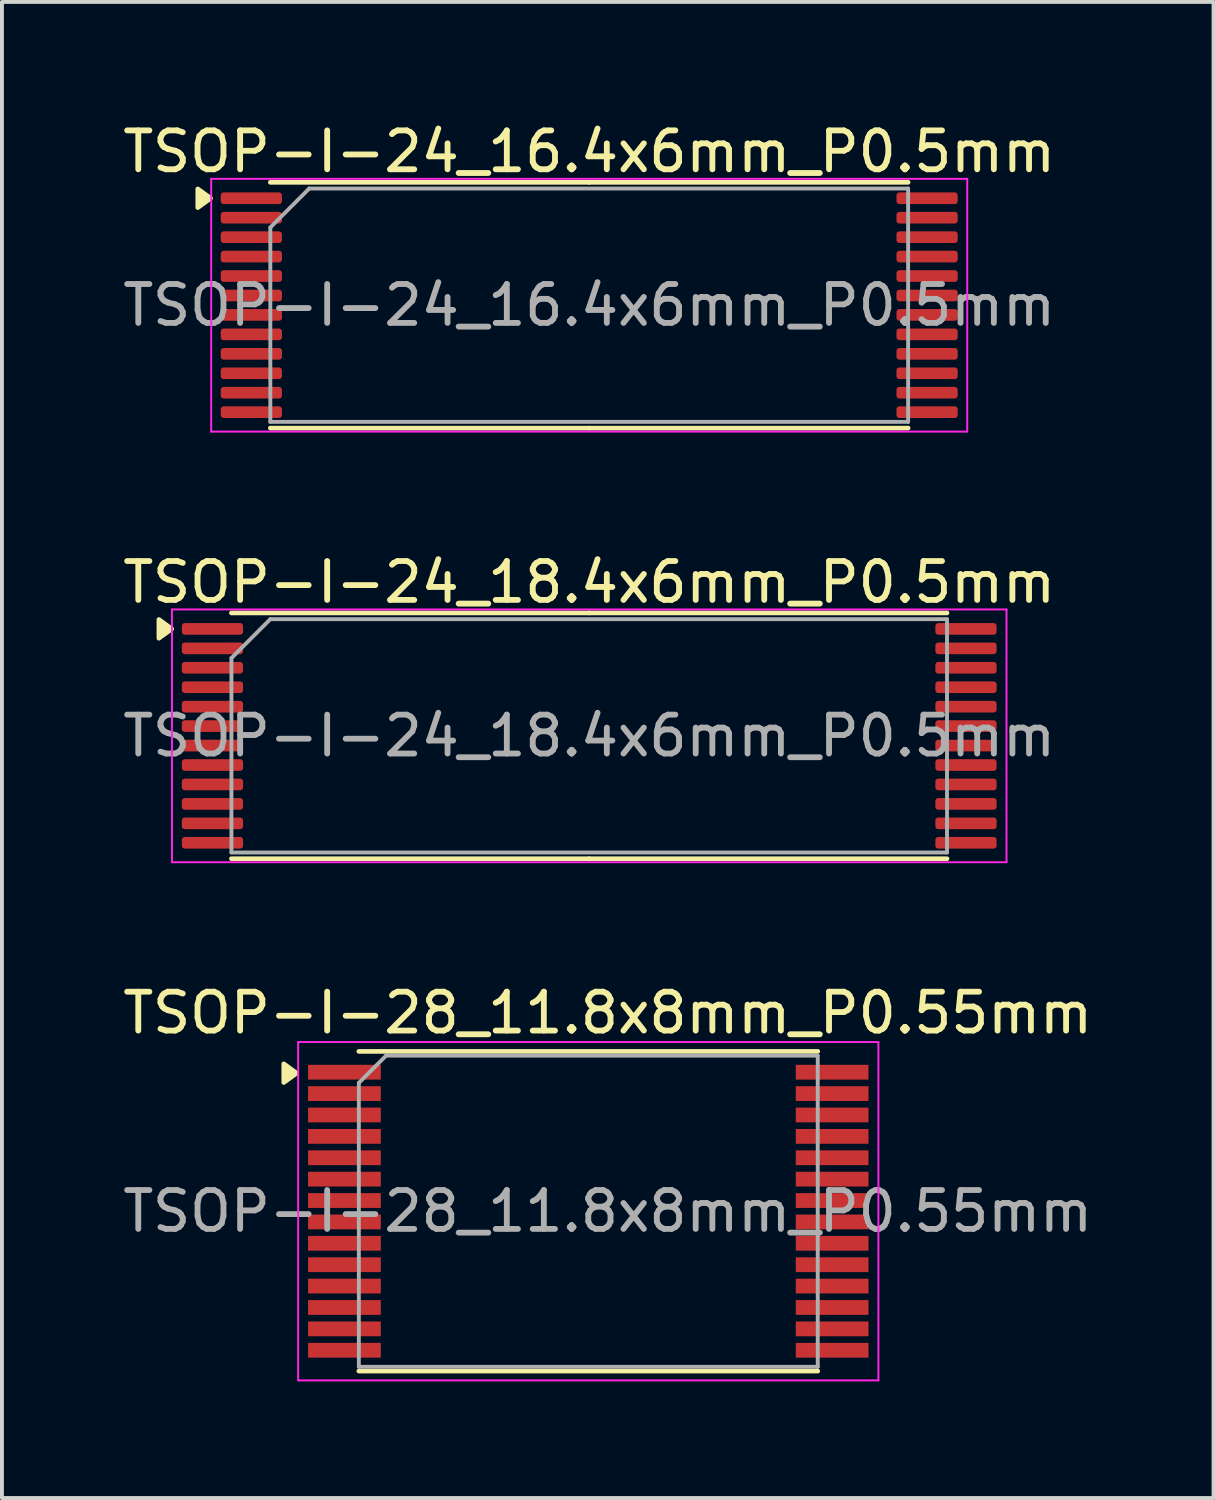
<source format=kicad_pcb>
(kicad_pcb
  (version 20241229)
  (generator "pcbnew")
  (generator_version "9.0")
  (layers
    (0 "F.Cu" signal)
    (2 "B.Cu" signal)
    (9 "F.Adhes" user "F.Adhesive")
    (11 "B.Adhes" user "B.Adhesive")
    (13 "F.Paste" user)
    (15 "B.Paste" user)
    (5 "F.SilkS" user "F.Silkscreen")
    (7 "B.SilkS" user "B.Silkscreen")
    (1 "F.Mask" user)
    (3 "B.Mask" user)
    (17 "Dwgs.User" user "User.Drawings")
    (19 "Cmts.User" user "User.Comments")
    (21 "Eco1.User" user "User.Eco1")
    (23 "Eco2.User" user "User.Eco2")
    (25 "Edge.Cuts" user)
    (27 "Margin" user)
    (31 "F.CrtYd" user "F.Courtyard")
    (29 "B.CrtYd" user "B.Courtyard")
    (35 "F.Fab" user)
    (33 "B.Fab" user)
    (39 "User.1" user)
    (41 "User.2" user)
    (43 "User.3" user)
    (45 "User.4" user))
  (footprint "TSOP-I-24_16.4x6mm_P0.5mm"
    (layer "F.Cu")
    (at 12.101 4.798)
    (property "Reference" "TSOP-I-24_16.4x6mm_P0.5mm" (at 0 -3.95 0) (layer "F.SilkS") (effects (font (size 1 1) (thickness 0.15))))
    (attr smd)
    (fp_line (start 0 -3.16) (end -8.2 -3.16) (stroke (width 0.12) (type solid)) (layer "F.SilkS"))
    (fp_line (start 0 -3.16) (end 8.2 -3.16) (stroke (width 0.12) (type solid)) (layer "F.SilkS"))
    (fp_line (start 0 3.16) (end -8.2 3.16) (stroke (width 0.12) (type solid)) (layer "F.SilkS"))
    (fp_line (start 0 3.16) (end 8.2 3.16) (stroke (width 0.12) (type solid)) (layer "F.SilkS"))
    (fp_poly (pts (xy -9.735 -2.75) (xy -10.065 -2.99) (xy -10.065 -2.51) (xy -9.735 -2.75)) (stroke (width 0.12) (type solid)) (fill yes) (layer "F.SilkS"))
    (fp_line (start -9.72 -3.25) (end -9.72 3.25) (stroke (width 0.05) (type solid)) (layer "F.CrtYd"))
    (fp_line (start -9.72 3.25) (end 9.72 3.25) (stroke (width 0.05) (type solid)) (layer "F.CrtYd"))
    (fp_line (start 9.72 -3.25) (end -9.72 -3.25) (stroke (width 0.05) (type solid)) (layer "F.CrtYd"))
    (fp_line (start 9.72 3.25) (end 9.72 -3.25) (stroke (width 0.05) (type solid)) (layer "F.CrtYd"))
    (fp_line (start -8.2 -2) (end -7.2 -3) (stroke (width 0.1) (type solid)) (layer "F.Fab"))
    (fp_line (start -8.2 3) (end -8.2 -2) (stroke (width 0.1) (type solid)) (layer "F.Fab"))
    (fp_line (start -7.2 -3) (end 8.2 -3) (stroke (width 0.1) (type solid)) (layer "F.Fab"))
    (fp_line (start 8.2 -3) (end 8.2 3) (stroke (width 0.1) (type solid)) (layer "F.Fab"))
    (fp_line (start 8.2 3) (end -8.2 3) (stroke (width 0.1) (type solid)) (layer "F.Fab"))
    (fp_text user "${REFERENCE}" (at 0 0 0) (layer "F.Fab") (effects (font (size 1 1) (thickness 0.15))))
    (pad "1" smd roundrect (at -8.688 -2.75) (size 1.575 0.3) (layers "F.Cu" "F.Mask" "F.Paste") (roundrect_rratio 0.25))
    (pad "2" smd roundrect (at -8.688 -2.25) (size 1.575 0.3) (layers "F.Cu" "F.Mask" "F.Paste") (roundrect_rratio 0.25))
    (pad "3" smd roundrect (at -8.688 -1.75) (size 1.575 0.3) (layers "F.Cu" "F.Mask" "F.Paste") (roundrect_rratio 0.25))
    (pad "4" smd roundrect (at -8.688 -1.25) (size 1.575 0.3) (layers "F.Cu" "F.Mask" "F.Paste") (roundrect_rratio 0.25))
    (pad "5" smd roundrect (at -8.688 -0.75) (size 1.575 0.3) (layers "F.Cu" "F.Mask" "F.Paste") (roundrect_rratio 0.25))
    (pad "6" smd roundrect (at -8.688 -0.25) (size 1.575 0.3) (layers "F.Cu" "F.Mask" "F.Paste") (roundrect_rratio 0.25))
    (pad "7" smd roundrect (at -8.688 0.25) (size 1.575 0.3) (layers "F.Cu" "F.Mask" "F.Paste") (roundrect_rratio 0.25))
    (pad "8" smd roundrect (at -8.688 0.75) (size 1.575 0.3) (layers "F.Cu" "F.Mask" "F.Paste") (roundrect_rratio 0.25))
    (pad "9" smd roundrect (at -8.688 1.25) (size 1.575 0.3) (layers "F.Cu" "F.Mask" "F.Paste") (roundrect_rratio 0.25))
    (pad "10" smd roundrect (at -8.688 1.75) (size 1.575 0.3) (layers "F.Cu" "F.Mask" "F.Paste") (roundrect_rratio 0.25))
    (pad "11" smd roundrect (at -8.688 2.25) (size 1.575 0.3) (layers "F.Cu" "F.Mask" "F.Paste") (roundrect_rratio 0.25))
    (pad "12" smd roundrect (at -8.688 2.75) (size 1.575 0.3) (layers "F.Cu" "F.Mask" "F.Paste") (roundrect_rratio 0.25))
    (pad "13" smd roundrect (at 8.688 2.75) (size 1.575 0.3) (layers "F.Cu" "F.Mask" "F.Paste") (roundrect_rratio 0.25))
    (pad "14" smd roundrect (at 8.688 2.25) (size 1.575 0.3) (layers "F.Cu" "F.Mask" "F.Paste") (roundrect_rratio 0.25))
    (pad "15" smd roundrect (at 8.688 1.75) (size 1.575 0.3) (layers "F.Cu" "F.Mask" "F.Paste") (roundrect_rratio 0.25))
    (pad "16" smd roundrect (at 8.688 1.25) (size 1.575 0.3) (layers "F.Cu" "F.Mask" "F.Paste") (roundrect_rratio 0.25))
    (pad "17" smd roundrect (at 8.688 0.75) (size 1.575 0.3) (layers "F.Cu" "F.Mask" "F.Paste") (roundrect_rratio 0.25))
    (pad "18" smd roundrect (at 8.688 0.25) (size 1.575 0.3) (layers "F.Cu" "F.Mask" "F.Paste") (roundrect_rratio 0.25))
    (pad "19" smd roundrect (at 8.688 -0.25) (size 1.575 0.3) (layers "F.Cu" "F.Mask" "F.Paste") (roundrect_rratio 0.25))
    (pad "20" smd roundrect (at 8.688 -0.75) (size 1.575 0.3) (layers "F.Cu" "F.Mask" "F.Paste") (roundrect_rratio 0.25))
    (pad "21" smd roundrect (at 8.688 -1.25) (size 1.575 0.3) (layers "F.Cu" "F.Mask" "F.Paste") (roundrect_rratio 0.25))
    (pad "22" smd roundrect (at 8.688 -1.75) (size 1.575 0.3) (layers "F.Cu" "F.Mask" "F.Paste") (roundrect_rratio 0.25))
    (pad "23" smd roundrect (at 8.688 -2.25) (size 1.575 0.3) (layers "F.Cu" "F.Mask" "F.Paste") (roundrect_rratio 0.25))
    (pad "24" smd roundrect (at 8.688 -2.75) (size 1.575 0.3) (layers "F.Cu" "F.Mask" "F.Paste") (roundrect_rratio 0.25)))
  (footprint "TSOP-I-28_11.8x8mm_P0.55mm"
    (layer "F.Cu")
    (at 12.077 28.095)
    (property "Reference" "TSOP-I-28_11.8x8mm_P0.55mm" (at 0.5 -5.1 0) (layer "F.SilkS") (effects (font (size 1 1) (thickness 0.15))))
    (attr smd)
    (fp_line (start -5.9 -4.11) (end 5.9 -4.11) (stroke (width 0.12) (type solid)) (layer "F.SilkS"))
    (fp_line (start -5.9 4.11) (end 5.9 4.11) (stroke (width 0.12) (type solid)) (layer "F.SilkS"))
    (fp_poly (pts (xy -7.5 -3.55) (xy -7.83 -3.79) (xy -7.83 -3.31) (xy -7.5 -3.55)) (stroke (width 0.12) (type solid)) (fill yes) (layer "F.SilkS"))
    (fp_line (start -7.46 -4.35) (end -7.46 4.35) (stroke (width 0.05) (type solid)) (layer "F.CrtYd"))
    (fp_line (start -7.46 -4.35) (end 7.46 -4.35) (stroke (width 0.05) (type solid)) (layer "F.CrtYd"))
    (fp_line (start 7.46 4.35) (end -7.46 4.35) (stroke (width 0.05) (type solid)) (layer "F.CrtYd"))
    (fp_line (start 7.46 4.35) (end 7.46 -4.35) (stroke (width 0.05) (type solid)) (layer "F.CrtYd"))
    (fp_line (start -5.9 -3.3) (end -5.9 4) (stroke (width 0.1) (type solid)) (layer "F.Fab"))
    (fp_line (start -5.9 -3.3) (end -5.2 -4) (stroke (width 0.1) (type solid)) (layer "F.Fab"))
    (fp_line (start 5.9 -4) (end -5.2 -4) (stroke (width 0.1) (type solid)) (layer "F.Fab"))
    (fp_line (start 5.9 -4) (end 5.9 4) (stroke (width 0.1) (type solid)) (layer "F.Fab"))
    (fp_line (start 5.9 4) (end -5.9 4) (stroke (width 0.1) (type solid)) (layer "F.Fab"))
    (fp_text user "${REFERENCE}" (at 0.5 0 0) (layer "F.Fab") (effects (font (size 1 1) (thickness 0.15))))
    (pad "1" smd rect (at -6.27 -3.575) (size 1.87 0.38) (layers "F.Cu" "F.Mask" "F.Paste"))
    (pad "2" smd rect (at -6.27 -3.025) (size 1.87 0.38) (layers "F.Cu" "F.Mask" "F.Paste"))
    (pad "3" smd rect (at -6.27 -2.475) (size 1.87 0.38) (layers "F.Cu" "F.Mask" "F.Paste"))
    (pad "4" smd rect (at -6.27 -1.925) (size 1.87 0.38) (layers "F.Cu" "F.Mask" "F.Paste"))
    (pad "5" smd rect (at -6.27 -1.375) (size 1.87 0.38) (layers "F.Cu" "F.Mask" "F.Paste"))
    (pad "6" smd rect (at -6.27 -0.825) (size 1.87 0.38) (layers "F.Cu" "F.Mask" "F.Paste"))
    (pad "7" smd rect (at -6.27 -0.275) (size 1.87 0.38) (layers "F.Cu" "F.Mask" "F.Paste"))
    (pad "8" smd rect (at -6.27 0.275) (size 1.87 0.38) (layers "F.Cu" "F.Mask" "F.Paste"))
    (pad "9" smd rect (at -6.27 0.825) (size 1.87 0.38) (layers "F.Cu" "F.Mask" "F.Paste"))
    (pad "10" smd rect (at -6.27 1.375) (size 1.87 0.38) (layers "F.Cu" "F.Mask" "F.Paste"))
    (pad "11" smd rect (at -6.27 1.925) (size 1.87 0.38) (layers "F.Cu" "F.Mask" "F.Paste"))
    (pad "12" smd rect (at -6.27 2.475) (size 1.87 0.38) (layers "F.Cu" "F.Mask" "F.Paste"))
    (pad "13" smd rect (at -6.27 3.025) (size 1.87 0.38) (layers "F.Cu" "F.Mask" "F.Paste"))
    (pad "14" smd rect (at -6.27 3.575) (size 1.87 0.38) (layers "F.Cu" "F.Mask" "F.Paste"))
    (pad "15" smd rect (at 6.27 3.575) (size 1.87 0.38) (layers "F.Cu" "F.Mask" "F.Paste"))
    (pad "16" smd rect (at 6.27 3.025) (size 1.87 0.38) (layers "F.Cu" "F.Mask" "F.Paste"))
    (pad "17" smd rect (at 6.27 2.475) (size 1.87 0.38) (layers "F.Cu" "F.Mask" "F.Paste"))
    (pad "18" smd rect (at 6.27 1.925) (size 1.87 0.38) (layers "F.Cu" "F.Mask" "F.Paste"))
    (pad "19" smd rect (at 6.27 1.375) (size 1.87 0.38) (layers "F.Cu" "F.Mask" "F.Paste"))
    (pad "20" smd rect (at 6.27 0.825) (size 1.87 0.38) (layers "F.Cu" "F.Mask" "F.Paste"))
    (pad "21" smd rect (at 6.27 0.275) (size 1.87 0.38) (layers "F.Cu" "F.Mask" "F.Paste"))
    (pad "22" smd rect (at 6.27 -0.275) (size 1.87 0.38) (layers "F.Cu" "F.Mask" "F.Paste"))
    (pad "23" smd rect (at 6.27 -0.825) (size 1.87 0.38) (layers "F.Cu" "F.Mask" "F.Paste"))
    (pad "24" smd rect (at 6.27 -1.375) (size 1.87 0.38) (layers "F.Cu" "F.Mask" "F.Paste"))
    (pad "25" smd rect (at 6.27 -1.925) (size 1.87 0.38) (layers "F.Cu" "F.Mask" "F.Paste"))
    (pad "26" smd rect (at 6.27 -2.475) (size 1.87 0.38) (layers "F.Cu" "F.Mask" "F.Paste"))
    (pad "27" smd rect (at 6.27 -3.025) (size 1.87 0.38) (layers "F.Cu" "F.Mask" "F.Paste"))
    (pad "28" smd rect (at 6.27 -3.575) (size 1.87 0.38) (layers "F.Cu" "F.Mask" "F.Paste")))
  (footprint "TSOP-I-24_18.4x6mm_P0.5mm"
    (layer "F.Cu")
    (at 12.101 15.871)
    (property "Reference" "TSOP-I-24_18.4x6mm_P0.5mm" (at 0 -3.95 0) (layer "F.SilkS") (effects (font (size 1 1) (thickness 0.15))))
    (attr smd)
    (fp_line (start 0 -3.16) (end -9.2 -3.16) (stroke (width 0.12) (type solid)) (layer "F.SilkS"))
    (fp_line (start 0 -3.16) (end 9.2 -3.16) (stroke (width 0.12) (type solid)) (layer "F.SilkS"))
    (fp_line (start 0 3.16) (end -9.2 3.16) (stroke (width 0.12) (type solid)) (layer "F.SilkS"))
    (fp_line (start 0 3.16) (end 9.2 3.16) (stroke (width 0.12) (type solid)) (layer "F.SilkS"))
    (fp_poly (pts (xy -10.735 -2.75) (xy -11.065 -2.99) (xy -11.065 -2.51) (xy -10.735 -2.75)) (stroke (width 0.12) (type solid)) (fill yes) (layer "F.SilkS"))
    (fp_line (start -10.73 -3.25) (end -10.73 3.25) (stroke (width 0.05) (type solid)) (layer "F.CrtYd"))
    (fp_line (start -10.73 3.25) (end 10.73 3.25) (stroke (width 0.05) (type solid)) (layer "F.CrtYd"))
    (fp_line (start 10.73 -3.25) (end -10.73 -3.25) (stroke (width 0.05) (type solid)) (layer "F.CrtYd"))
    (fp_line (start 10.73 3.25) (end 10.73 -3.25) (stroke (width 0.05) (type solid)) (layer "F.CrtYd"))
    (fp_line (start -9.2 -2) (end -8.2 -3) (stroke (width 0.1) (type solid)) (layer "F.Fab"))
    (fp_line (start -9.2 3) (end -9.2 -2) (stroke (width 0.1) (type solid)) (layer "F.Fab"))
    (fp_line (start -8.2 -3) (end 9.2 -3) (stroke (width 0.1) (type solid)) (layer "F.Fab"))
    (fp_line (start 9.2 -3) (end 9.2 3) (stroke (width 0.1) (type solid)) (layer "F.Fab"))
    (fp_line (start 9.2 3) (end -9.2 3) (stroke (width 0.1) (type solid)) (layer "F.Fab"))
    (fp_text user "${REFERENCE}" (at 0 0 0) (layer "F.Fab") (effects (font (size 1 1) (thickness 0.15))))
    (pad "1" smd roundrect (at -9.688 -2.75) (size 1.575 0.3) (layers "F.Cu" "F.Mask" "F.Paste") (roundrect_rratio 0.25))
    (pad "2" smd roundrect (at -9.688 -2.25) (size 1.575 0.3) (layers "F.Cu" "F.Mask" "F.Paste") (roundrect_rratio 0.25))
    (pad "3" smd roundrect (at -9.688 -1.75) (size 1.575 0.3) (layers "F.Cu" "F.Mask" "F.Paste") (roundrect_rratio 0.25))
    (pad "4" smd roundrect (at -9.688 -1.25) (size 1.575 0.3) (layers "F.Cu" "F.Mask" "F.Paste") (roundrect_rratio 0.25))
    (pad "5" smd roundrect (at -9.688 -0.75) (size 1.575 0.3) (layers "F.Cu" "F.Mask" "F.Paste") (roundrect_rratio 0.25))
    (pad "6" smd roundrect (at -9.688 -0.25) (size 1.575 0.3) (layers "F.Cu" "F.Mask" "F.Paste") (roundrect_rratio 0.25))
    (pad "7" smd roundrect (at -9.688 0.25) (size 1.575 0.3) (layers "F.Cu" "F.Mask" "F.Paste") (roundrect_rratio 0.25))
    (pad "8" smd roundrect (at -9.688 0.75) (size 1.575 0.3) (layers "F.Cu" "F.Mask" "F.Paste") (roundrect_rratio 0.25))
    (pad "9" smd roundrect (at -9.688 1.25) (size 1.575 0.3) (layers "F.Cu" "F.Mask" "F.Paste") (roundrect_rratio 0.25))
    (pad "10" smd roundrect (at -9.688 1.75) (size 1.575 0.3) (layers "F.Cu" "F.Mask" "F.Paste") (roundrect_rratio 0.25))
    (pad "11" smd roundrect (at -9.688 2.25) (size 1.575 0.3) (layers "F.Cu" "F.Mask" "F.Paste") (roundrect_rratio 0.25))
    (pad "12" smd roundrect (at -9.688 2.75) (size 1.575 0.3) (layers "F.Cu" "F.Mask" "F.Paste") (roundrect_rratio 0.25))
    (pad "13" smd roundrect (at 9.688 2.75) (size 1.575 0.3) (layers "F.Cu" "F.Mask" "F.Paste") (roundrect_rratio 0.25))
    (pad "14" smd roundrect (at 9.688 2.25) (size 1.575 0.3) (layers "F.Cu" "F.Mask" "F.Paste") (roundrect_rratio 0.25))
    (pad "15" smd roundrect (at 9.688 1.75) (size 1.575 0.3) (layers "F.Cu" "F.Mask" "F.Paste") (roundrect_rratio 0.25))
    (pad "16" smd roundrect (at 9.688 1.25) (size 1.575 0.3) (layers "F.Cu" "F.Mask" "F.Paste") (roundrect_rratio 0.25))
    (pad "17" smd roundrect (at 9.688 0.75) (size 1.575 0.3) (layers "F.Cu" "F.Mask" "F.Paste") (roundrect_rratio 0.25))
    (pad "18" smd roundrect (at 9.688 0.25) (size 1.575 0.3) (layers "F.Cu" "F.Mask" "F.Paste") (roundrect_rratio 0.25))
    (pad "19" smd roundrect (at 9.688 -0.25) (size 1.575 0.3) (layers "F.Cu" "F.Mask" "F.Paste") (roundrect_rratio 0.25))
    (pad "20" smd roundrect (at 9.688 -0.75) (size 1.575 0.3) (layers "F.Cu" "F.Mask" "F.Paste") (roundrect_rratio 0.25))
    (pad "21" smd roundrect (at 9.688 -1.25) (size 1.575 0.3) (layers "F.Cu" "F.Mask" "F.Paste") (roundrect_rratio 0.25))
    (pad "22" smd roundrect (at 9.688 -1.75) (size 1.575 0.3) (layers "F.Cu" "F.Mask" "F.Paste") (roundrect_rratio 0.25))
    (pad "23" smd roundrect (at 9.688 -2.25) (size 1.575 0.3) (layers "F.Cu" "F.Mask" "F.Paste") (roundrect_rratio 0.25))
    (pad "24" smd roundrect (at 9.688 -2.75) (size 1.575 0.3) (layers "F.Cu" "F.Mask" "F.Paste") (roundrect_rratio 0.25)))
  (gr_rect
    (start -3 -3)
    (end 28.155 35.47)
    (stroke (width 0.1) (type default))
    (fill no)
    (layer "Edge.Cuts")))
</source>
